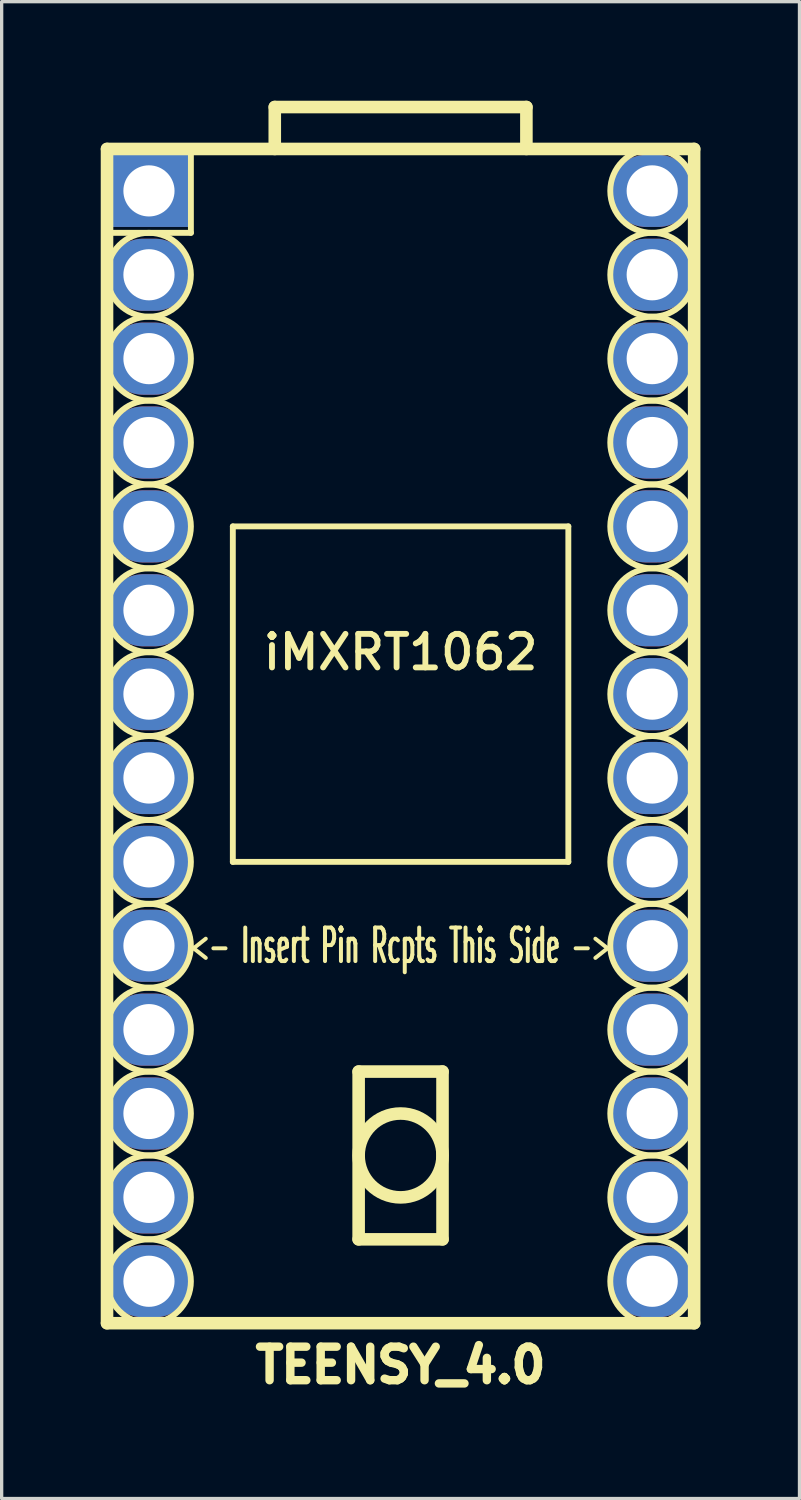
<source format=kicad_pcb>
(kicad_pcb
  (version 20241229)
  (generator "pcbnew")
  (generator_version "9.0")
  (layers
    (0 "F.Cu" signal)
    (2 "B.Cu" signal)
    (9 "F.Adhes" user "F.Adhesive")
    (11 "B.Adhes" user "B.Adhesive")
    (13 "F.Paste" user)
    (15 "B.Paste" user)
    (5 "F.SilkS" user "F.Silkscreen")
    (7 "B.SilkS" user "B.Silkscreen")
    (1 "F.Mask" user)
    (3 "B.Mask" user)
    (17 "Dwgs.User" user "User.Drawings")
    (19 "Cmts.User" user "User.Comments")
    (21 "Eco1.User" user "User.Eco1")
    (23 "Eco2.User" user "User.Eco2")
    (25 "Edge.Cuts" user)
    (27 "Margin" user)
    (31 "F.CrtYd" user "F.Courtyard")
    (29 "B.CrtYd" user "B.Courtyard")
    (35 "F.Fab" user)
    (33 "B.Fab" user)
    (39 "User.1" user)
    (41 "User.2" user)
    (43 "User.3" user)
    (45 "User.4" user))
  (footprint "TEENSY_4.0"
    (layer "F.Cu")
    (at 9.081 19.241)
    (property "Reference" "TEENSY_4.0" (at 0 19.05 0) (layer "F.SilkS") (effects (font (size 1.016 1.016) (thickness 0.254))))
    (attr through_hole)
    (fp_line (start -8.89 -17.78) (end -8.89 17.78) (stroke (width 0.381) (type solid)) (layer "F.SilkS"))
    (fp_line (start -8.89 -15.24) (end -6.35 -15.24) (stroke (width 0.178) (type solid)) (layer "F.SilkS"))
    (fp_line (start -8.89 17.78) (end 8.89 17.78) (stroke (width 0.381) (type solid)) (layer "F.SilkS"))
    (fp_line (start -6.35 -15.24) (end -6.35 -17.78) (stroke (width 0.178) (type solid)) (layer "F.SilkS"))
    (fp_line (start -5.08 -6.35) (end -5.08 3.81) (stroke (width 0.178) (type solid)) (layer "F.SilkS"))
    (fp_line (start -5.08 3.81) (end 5.08 3.81) (stroke (width 0.178) (type solid)) (layer "F.SilkS"))
    (fp_line (start -3.81 -19.05) (end 3.81 -19.05) (stroke (width 0.381) (type solid)) (layer "F.SilkS"))
    (fp_line (start -3.81 -17.78) (end -3.81 -19.05) (stroke (width 0.381) (type solid)) (layer "F.SilkS"))
    (fp_line (start -1.27 10.16) (end -1.27 15.24) (stroke (width 0.381) (type solid)) (layer "F.SilkS"))
    (fp_line (start -1.27 15.24) (end 1.27 15.24) (stroke (width 0.381) (type solid)) (layer "F.SilkS"))
    (fp_line (start 1.27 10.16) (end -1.27 10.16) (stroke (width 0.381) (type solid)) (layer "F.SilkS"))
    (fp_line (start 1.27 15.24) (end 1.27 10.16) (stroke (width 0.381) (type solid)) (layer "F.SilkS"))
    (fp_line (start 3.81 -19.05) (end 3.81 -17.78) (stroke (width 0.381) (type solid)) (layer "F.SilkS"))
    (fp_line (start 5.08 -6.35) (end -5.08 -6.35) (stroke (width 0.178) (type solid)) (layer "F.SilkS"))
    (fp_line (start 5.08 3.81) (end 5.08 -6.35) (stroke (width 0.178) (type solid)) (layer "F.SilkS"))
    (fp_line (start 8.89 -17.78) (end -8.89 -17.78) (stroke (width 0.381) (type solid)) (layer "F.SilkS"))
    (fp_line (start 8.89 17.78) (end 8.89 -17.78) (stroke (width 0.381) (type solid)) (layer "F.SilkS"))
    (fp_circle (center -7.62 -13.97) (end -6.35 -13.97) (stroke (width 0.178) (type solid)) (fill no) (layer "F.SilkS"))
    (fp_circle (center -7.62 -11.43) (end -6.35 -11.43) (stroke (width 0.178) (type solid)) (fill no) (layer "F.SilkS"))
    (fp_circle (center -7.62 -8.89) (end -6.35 -8.89) (stroke (width 0.178) (type solid)) (fill no) (layer "F.SilkS"))
    (fp_circle (center -7.62 -6.35) (end -6.35 -6.35) (stroke (width 0.178) (type solid)) (fill no) (layer "F.SilkS"))
    (fp_circle (center -7.62 -3.81) (end -6.35 -3.81) (stroke (width 0.178) (type solid)) (fill no) (layer "F.SilkS"))
    (fp_circle (center -7.62 -1.27) (end -6.35 -1.27) (stroke (width 0.178) (type solid)) (fill no) (layer "F.SilkS"))
    (fp_circle (center -7.62 1.27) (end -6.35 1.27) (stroke (width 0.178) (type solid)) (fill no) (layer "F.SilkS"))
    (fp_circle (center -7.62 3.81) (end -6.35 3.81) (stroke (width 0.178) (type solid)) (fill no) (layer "F.SilkS"))
    (fp_circle (center -7.62 6.35) (end -6.35 6.35) (stroke (width 0.178) (type solid)) (fill no) (layer "F.SilkS"))
    (fp_circle (center -7.62 8.89) (end -6.35 8.89) (stroke (width 0.178) (type solid)) (fill no) (layer "F.SilkS"))
    (fp_circle (center -7.62 11.43) (end -6.35 11.43) (stroke (width 0.178) (type solid)) (fill no) (layer "F.SilkS"))
    (fp_circle (center -7.62 13.97) (end -6.35 13.97) (stroke (width 0.178) (type solid)) (fill no) (layer "F.SilkS"))
    (fp_circle (center -7.62 16.51) (end -6.35 16.51) (stroke (width 0.178) (type solid)) (fill no) (layer "F.SilkS"))
    (fp_circle (center 0 12.7) (end -1.27 12.7) (stroke (width 0.381) (type solid)) (fill no) (layer "F.SilkS"))
    (fp_circle (center 7.62 -16.51) (end 8.89 -16.51) (stroke (width 0.178) (type solid)) (fill no) (layer "F.SilkS"))
    (fp_circle (center 7.62 -13.97) (end 8.89 -13.97) (stroke (width 0.178) (type solid)) (fill no) (layer "F.SilkS"))
    (fp_circle (center 7.62 -11.43) (end 8.89 -11.43) (stroke (width 0.178) (type solid)) (fill no) (layer "F.SilkS"))
    (fp_circle (center 7.62 -8.89) (end 8.89 -8.89) (stroke (width 0.178) (type solid)) (fill no) (layer "F.SilkS"))
    (fp_circle (center 7.62 -6.35) (end 8.89 -6.35) (stroke (width 0.178) (type solid)) (fill no) (layer "F.SilkS"))
    (fp_circle (center 7.62 -3.81) (end 8.89 -3.81) (stroke (width 0.178) (type solid)) (fill no) (layer "F.SilkS"))
    (fp_circle (center 7.62 -1.27) (end 8.89 -1.27) (stroke (width 0.178) (type solid)) (fill no) (layer "F.SilkS"))
    (fp_circle (center 7.62 1.27) (end 8.89 1.27) (stroke (width 0.178) (type solid)) (fill no) (layer "F.SilkS"))
    (fp_circle (center 7.62 3.81) (end 8.89 3.81) (stroke (width 0.178) (type solid)) (fill no) (layer "F.SilkS"))
    (fp_circle (center 7.62 6.35) (end 8.89 6.35) (stroke (width 0.178) (type solid)) (fill no) (layer "F.SilkS"))
    (fp_circle (center 7.62 8.89) (end 8.89 8.89) (stroke (width 0.178) (type solid)) (fill no) (layer "F.SilkS"))
    (fp_circle (center 7.62 11.43) (end 8.89 11.43) (stroke (width 0.178) (type solid)) (fill no) (layer "F.SilkS"))
    (fp_circle (center 7.62 13.97) (end 8.89 13.97) (stroke (width 0.178) (type solid)) (fill no) (layer "F.SilkS"))
    (fp_circle (center 7.62 16.51) (end 8.89 16.51) (stroke (width 0.178) (type solid)) (fill no) (layer "F.SilkS"))
    (fp_text user "iMXRT1062" (at 0 -2.54 0) (layer "F.SilkS") (effects (font (size 1.016 1.016) (thickness 0.178))))
    (fp_text user "<- Insert Pin Rcpts This Side ->" (at 0 6.35 0) (layer "F.SilkS") (effects (font (size 1.016 0.483) (thickness 0.121))))
    (pad "" thru_hole oval (at 7.62 -13.97) (size 2.54 2.184) (drill 1.549) (layers "*.Cu" "*.Mask"))
    (pad "0" thru_hole oval (at -7.62 -13.97) (size 2.54 2.184) (drill 1.549) (layers "*.Cu" "*.Mask"))
    (pad "1" thru_hole oval (at -7.62 -11.43) (size 2.54 2.184) (drill 1.549) (layers "*.Cu" "*.Mask"))
    (pad "2" thru_hole oval (at -7.62 -8.89) (size 2.54 2.184) (drill 1.549) (layers "*.Cu" "*.Mask"))
    (pad "3" thru_hole oval (at -7.62 -6.35) (size 2.54 2.184) (drill 1.549) (layers "*.Cu" "*.Mask"))
    (pad "3V3" thru_hole oval (at 7.62 -11.43) (size 2.54 2.184) (drill 1.549) (layers "*.Cu" "*.Mask"))
    (pad "4" thru_hole oval (at -7.62 -3.81) (size 2.54 2.184) (drill 1.549) (layers "*.Cu" "*.Mask"))
    (pad "5" thru_hole oval (at -7.62 -1.27) (size 2.54 2.184) (drill 1.549) (layers "*.Cu" "*.Mask"))
    (pad "6" thru_hole oval (at -7.62 1.27) (size 2.54 2.184) (drill 1.549) (layers "*.Cu" "*.Mask"))
    (pad "7" thru_hole oval (at -7.62 3.81) (size 2.54 2.184) (drill 1.549) (layers "*.Cu" "*.Mask"))
    (pad "8" thru_hole oval (at -7.62 6.35) (size 2.54 2.184) (drill 1.549) (layers "*.Cu" "*.Mask"))
    (pad "9" thru_hole oval (at -7.62 8.89) (size 2.54 2.184) (drill 1.549) (layers "*.Cu" "*.Mask"))
    (pad "10" thru_hole oval (at -7.62 11.43) (size 2.54 2.184) (drill 1.549) (layers "*.Cu" "*.Mask"))
    (pad "11" thru_hole oval (at -7.62 13.97) (size 2.54 2.184) (drill 1.549) (layers "*.Cu" "*.Mask"))
    (pad "12" thru_hole oval (at -7.62 16.51) (size 2.54 2.184) (drill 1.549) (layers "*.Cu" "*.Mask"))
    (pad "13" thru_hole oval (at 7.62 16.51) (size 2.54 2.184) (drill 1.549) (layers "*.Cu" "*.Mask"))
    (pad "14" thru_hole oval (at 7.62 13.97) (size 2.54 2.184) (drill 1.549) (layers "*.Cu" "*.Mask"))
    (pad "15" thru_hole oval (at 7.62 11.43) (size 2.54 2.184) (drill 1.549) (layers "*.Cu" "*.Mask"))
    (pad "16" thru_hole oval (at 7.62 8.89) (size 2.54 2.184) (drill 1.549) (layers "*.Cu" "*.Mask"))
    (pad "17" thru_hole oval (at 7.62 6.35) (size 2.54 2.184) (drill 1.549) (layers "*.Cu" "*.Mask"))
    (pad "18" thru_hole oval (at 7.62 3.81) (size 2.54 2.184) (drill 1.549) (layers "*.Cu" "*.Mask"))
    (pad "19" thru_hole oval (at 7.62 1.27) (size 2.54 2.184) (drill 1.549) (layers "*.Cu" "*.Mask"))
    (pad "20" thru_hole oval (at 7.62 -1.27) (size 2.54 2.184) (drill 1.549) (layers "*.Cu" "*.Mask"))
    (pad "21" thru_hole oval (at 7.62 -3.81) (size 2.54 2.184) (drill 1.549) (layers "*.Cu" "*.Mask"))
    (pad "22" thru_hole oval (at 7.62 -6.35) (size 2.54 2.184) (drill 1.549) (layers "*.Cu" "*.Mask"))
    (pad "23" thru_hole oval (at 7.62 -8.89) (size 2.54 2.184) (drill 1.549) (layers "*.Cu" "*.Mask"))
    (pad "GND" thru_hole rect (at -7.62 -16.51) (size 2.54 2.184) (drill 1.549) (layers "*.Cu" "*.Mask"))
    (pad "V_IN" thru_hole oval (at 7.62 -16.51) (size 2.54 2.184) (drill 1.549) (layers "*.Cu" "*.Mask")))
  (gr_rect
    (start -3 -3)
    (end 21.161 42.331)
    (stroke (width 0.1) (type default))
    (fill no)
    (layer "Edge.Cuts")))
</source>
